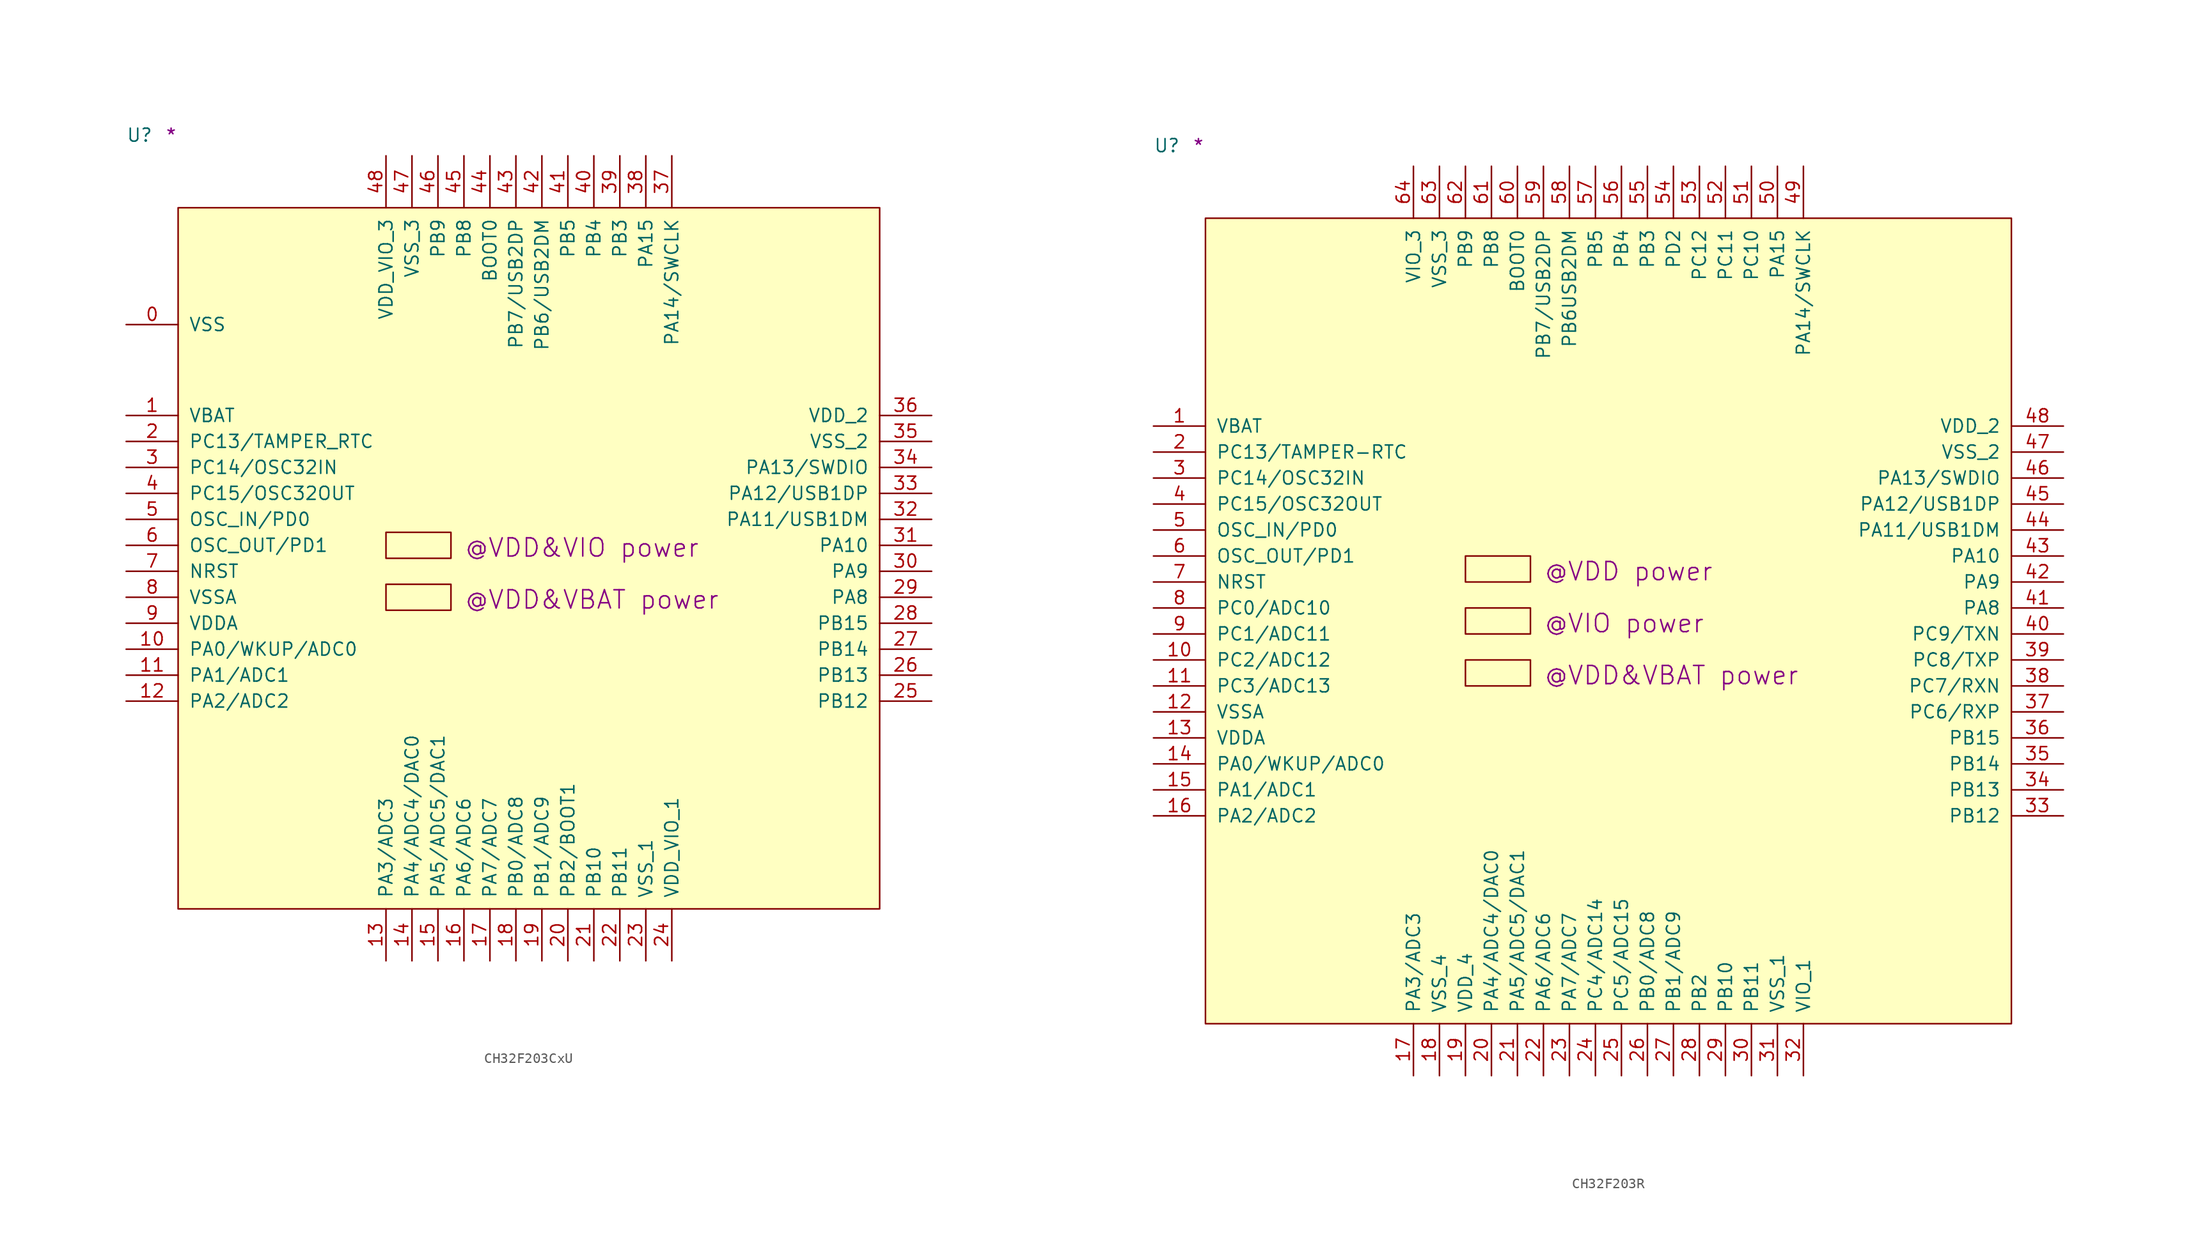
<source format=kicad_sym>
(kicad_symbol_lib
  (version 20211014)
  (generator kicad_symbol_editor)
  (symbol "CH32F203CxU"
    (pin_names
      (offset 1.016))
    (property "Reference" "U"
      (at -5.08 6.35 0)
      (effects (font (size 1.27 1.27)) (justify left bottom)))
    (property "user" "@VDD&VIO power"
      (at 27.94 -34.29 0)
      (effects (font (size 1.778 1.778)) (justify left bottom)))
    (property "user_1" "@VDD&VBAT power"
      (at 27.94 -39.37 0)
      (effects (font (size 1.778 1.778)) (justify left bottom)))
    (property "Comment" "*"
      (at -1.27 6.35 0)
      (effects (font (size 1.27 1.27)) (justify left bottom)))
    (symbol "CH32F203CxU_1_1"
      (rectangle (start 0 -68.58) (end 68.58 0) (stroke (width 0) (type default) (color 0 0 0 0)) (fill (type background)))
      (rectangle (start 20.32 -39.37) (end 26.67 -36.83) (stroke (width 0) (type default) (color 0 0 0 0)) (fill (type background)))
      (rectangle (start 20.32 -34.29) (end 26.67 -31.75) (stroke (width 0) (type default) (color 0 0 0 0)) (fill (type background)))
      (pin power_in line (at -5.08 -11.43 0) (length 5.08) (name "VSS" (effects (font (size 1.27 1.27)))) (number "0" (effects (font (size 1.27 1.27)))))
      (pin power_in line (at -5.08 -20.32 0) (length 5.08) (name "VBAT" (effects (font (size 1.27 1.27)))) (number "1" (effects (font (size 1.27 1.27)))))
      (pin bidirectional line (at -5.08 -43.18 0) (length 5.08) (name "PA0/WKUP/ADC0" (effects (font (size 1.27 1.27)))) (number "10" (effects (font (size 1.27 1.27)))))
      (pin bidirectional line (at -5.08 -45.72 0) (length 5.08) (name "PA1/ADC1" (effects (font (size 1.27 1.27)))) (number "11" (effects (font (size 1.27 1.27)))))
      (pin bidirectional line (at -5.08 -48.26 0) (length 5.08) (name "PA2/ADC2" (effects (font (size 1.27 1.27)))) (number "12" (effects (font (size 1.27 1.27)))))
      (pin bidirectional line (at 20.32 -73.66 90) (length 5.08) (name "PA3/ADC3" (effects (font (size 1.27 1.27)))) (number "13" (effects (font (size 1.27 1.27)))))
      (pin bidirectional line (at 22.86 -73.66 90) (length 5.08) (name "PA4/ADC4/DAC0" (effects (font (size 1.27 1.27)))) (number "14" (effects (font (size 1.27 1.27)))))
      (pin bidirectional line (at 25.4 -73.66 90) (length 5.08) (name "PA5/ADC5/DAC1" (effects (font (size 1.27 1.27)))) (number "15" (effects (font (size 1.27 1.27)))))
      (pin bidirectional line (at 27.94 -73.66 90) (length 5.08) (name "PA6/ADC6" (effects (font (size 1.27 1.27)))) (number "16" (effects (font (size 1.27 1.27)))))
      (pin bidirectional line (at 30.48 -73.66 90) (length 5.08) (name "PA7/ADC7" (effects (font (size 1.27 1.27)))) (number "17" (effects (font (size 1.27 1.27)))))
      (pin bidirectional line (at 33.02 -73.66 90) (length 5.08) (name "PB0/ADC8" (effects (font (size 1.27 1.27)))) (number "18" (effects (font (size 1.27 1.27)))))
      (pin bidirectional line (at 35.56 -73.66 90) (length 5.08) (name "PB1/ADC9" (effects (font (size 1.27 1.27)))) (number "19" (effects (font (size 1.27 1.27)))))
      (pin bidirectional line (at -5.08 -22.86 0) (length 5.08) (name "PC13/TAMPER_RTC" (effects (font (size 1.27 1.27)))) (number "2" (effects (font (size 1.27 1.27)))))
      (pin bidirectional line (at 38.1 -73.66 90) (length 5.08) (name "PB2/BOOT1" (effects (font (size 1.27 1.27)))) (number "20" (effects (font (size 1.27 1.27)))))
      (pin bidirectional line (at 40.64 -73.66 90) (length 5.08) (name "PB10" (effects (font (size 1.27 1.27)))) (number "21" (effects (font (size 1.27 1.27)))))
      (pin bidirectional line (at 43.18 -73.66 90) (length 5.08) (name "PB11" (effects (font (size 1.27 1.27)))) (number "22" (effects (font (size 1.27 1.27)))))
      (pin power_in line (at 45.72 -73.66 90) (length 5.08) (name "VSS_1" (effects (font (size 1.27 1.27)))) (number "23" (effects (font (size 1.27 1.27)))))
      (pin power_in line (at 48.26 -73.66 90) (length 5.08) (name "VDD_VIO_1" (effects (font (size 1.27 1.27)))) (number "24" (effects (font (size 1.27 1.27)))))
      (pin bidirectional line (at 73.66 -48.26 180) (length 5.08) (name "PB12" (effects (font (size 1.27 1.27)))) (number "25" (effects (font (size 1.27 1.27)))))
      (pin bidirectional line (at 73.66 -45.72 180) (length 5.08) (name "PB13" (effects (font (size 1.27 1.27)))) (number "26" (effects (font (size 1.27 1.27)))))
      (pin bidirectional line (at 73.66 -43.18 180) (length 5.08) (name "PB14" (effects (font (size 1.27 1.27)))) (number "27" (effects (font (size 1.27 1.27)))))
      (pin bidirectional line (at 73.66 -40.64 180) (length 5.08) (name "PB15" (effects (font (size 1.27 1.27)))) (number "28" (effects (font (size 1.27 1.27)))))
      (pin bidirectional line (at 73.66 -38.1 180) (length 5.08) (name "PA8" (effects (font (size 1.27 1.27)))) (number "29" (effects (font (size 1.27 1.27)))))
      (pin bidirectional line (at -5.08 -25.4 0) (length 5.08) (name "PC14/OSC32IN" (effects (font (size 1.27 1.27)))) (number "3" (effects (font (size 1.27 1.27)))))
      (pin bidirectional line (at 73.66 -35.56 180) (length 5.08) (name "PA9" (effects (font (size 1.27 1.27)))) (number "30" (effects (font (size 1.27 1.27)))))
      (pin bidirectional line (at 73.66 -33.02 180) (length 5.08) (name "PA10" (effects (font (size 1.27 1.27)))) (number "31" (effects (font (size 1.27 1.27)))))
      (pin bidirectional line (at 73.66 -30.48 180) (length 5.08) (name "PA11/USB1DM" (effects (font (size 1.27 1.27)))) (number "32" (effects (font (size 1.27 1.27)))))
      (pin bidirectional line (at 73.66 -27.94 180) (length 5.08) (name "PA12/USB1DP" (effects (font (size 1.27 1.27)))) (number "33" (effects (font (size 1.27 1.27)))))
      (pin bidirectional line (at 73.66 -25.4 180) (length 5.08) (name "PA13/SWDIO" (effects (font (size 1.27 1.27)))) (number "34" (effects (font (size 1.27 1.27)))))
      (pin power_in line (at 73.66 -22.86 180) (length 5.08) (name "VSS_2" (effects (font (size 1.27 1.27)))) (number "35" (effects (font (size 1.27 1.27)))))
      (pin power_in line (at 73.66 -20.32 180) (length 5.08) (name "VDD_2" (effects (font (size 1.27 1.27)))) (number "36" (effects (font (size 1.27 1.27)))))
      (pin bidirectional line (at 48.26 5.08 270) (length 5.08) (name "PA14/SWCLK" (effects (font (size 1.27 1.27)))) (number "37" (effects (font (size 1.27 1.27)))))
      (pin bidirectional line (at 45.72 5.08 270) (length 5.08) (name "PA15" (effects (font (size 1.27 1.27)))) (number "38" (effects (font (size 1.27 1.27)))))
      (pin bidirectional line (at 43.18 5.08 270) (length 5.08) (name "PB3" (effects (font (size 1.27 1.27)))) (number "39" (effects (font (size 1.27 1.27)))))
      (pin bidirectional line (at -5.08 -27.94 0) (length 5.08) (name "PC15/OSC32OUT" (effects (font (size 1.27 1.27)))) (number "4" (effects (font (size 1.27 1.27)))))
      (pin bidirectional line (at 40.64 5.08 270) (length 5.08) (name "PB4" (effects (font (size 1.27 1.27)))) (number "40" (effects (font (size 1.27 1.27)))))
      (pin bidirectional line (at 38.1 5.08 270) (length 5.08) (name "PB5" (effects (font (size 1.27 1.27)))) (number "41" (effects (font (size 1.27 1.27)))))
      (pin bidirectional line (at 35.56 5.08 270) (length 5.08) (name "PB6/USB2DM" (effects (font (size 1.27 1.27)))) (number "42" (effects (font (size 1.27 1.27)))))
      (pin bidirectional line (at 33.02 5.08 270) (length 5.08) (name "PB7/USB2DP" (effects (font (size 1.27 1.27)))) (number "43" (effects (font (size 1.27 1.27)))))
      (pin input line (at 30.48 5.08 270) (length 5.08) (name "BOOT0" (effects (font (size 1.27 1.27)))) (number "44" (effects (font (size 1.27 1.27)))))
      (pin bidirectional line (at 27.94 5.08 270) (length 5.08) (name "PB8" (effects (font (size 1.27 1.27)))) (number "45" (effects (font (size 1.27 1.27)))))
      (pin bidirectional line (at 25.4 5.08 270) (length 5.08) (name "PB9" (effects (font (size 1.27 1.27)))) (number "46" (effects (font (size 1.27 1.27)))))
      (pin power_in line (at 22.86 5.08 270) (length 5.08) (name "VSS_3" (effects (font (size 1.27 1.27)))) (number "47" (effects (font (size 1.27 1.27)))))
      (pin power_in line (at 20.32 5.08 270) (length 5.08) (name "VDD_VIO_3" (effects (font (size 1.27 1.27)))) (number "48" (effects (font (size 1.27 1.27)))))
      (pin input line (at -5.08 -30.48 0) (length 5.08) (name "OSC_IN/PD0" (effects (font (size 1.27 1.27)))) (number "5" (effects (font (size 1.27 1.27)))))
      (pin output line (at -5.08 -33.02 0) (length 5.08) (name "OSC_OUT/PD1" (effects (font (size 1.27 1.27)))) (number "6" (effects (font (size 1.27 1.27)))))
      (pin input line (at -5.08 -35.56 0) (length 5.08) (name "NRST" (effects (font (size 1.27 1.27)))) (number "7" (effects (font (size 1.27 1.27)))))
      (pin power_in line (at -5.08 -38.1 0) (length 5.08) (name "VSSA" (effects (font (size 1.27 1.27)))) (number "8" (effects (font (size 1.27 1.27)))))
      (pin power_in line (at -5.08 -40.64 0) (length 5.08) (name "VDDA" (effects (font (size 1.27 1.27)))) (number "9" (effects (font (size 1.27 1.27)))))))
  (symbol "CH32F203R"
    (pin_names
      (offset 1.016))
    (property "Reference" "U"
      (at -5.08 6.35 0)
      (effects (font (size 1.27 1.27)) (justify left bottom)))
    (property "user" "@VDD power"
      (at 33.02 -35.56 0)
      (effects (font (size 1.778 1.778)) (justify left bottom)))
    (property "user_1" "@VIO power"
      (at 33.02 -40.64 0)
      (effects (font (size 1.778 1.778)) (justify left bottom)))
    (property "user_2" "@VDD&VBAT power"
      (at 33.02 -45.72 0)
      (effects (font (size 1.778 1.778)) (justify left bottom)))
    (property "Comment" "*"
      (at -1.27 6.35 0)
      (effects (font (size 1.27 1.27)) (justify left bottom)))
    (symbol "CH32F203R_1_1"
      (rectangle (start 0 -78.74) (end 78.74 0) (stroke (width 0) (type default) (color 0 0 0 0)) (fill (type background)))
      (rectangle (start 25.4 -45.72) (end 31.75 -43.18) (stroke (width 0) (type default) (color 0 0 0 0)) (fill (type background)))
      (rectangle (start 25.4 -40.64) (end 31.75 -38.1) (stroke (width 0) (type default) (color 0 0 0 0)) (fill (type background)))
      (rectangle (start 25.4 -35.56) (end 31.75 -33.02) (stroke (width 0) (type default) (color 0 0 0 0)) (fill (type background)))
      (pin power_in line (at -5.08 -20.32 0) (length 5.08) (name "VBAT" (effects (font (size 1.27 1.27)))) (number "1" (effects (font (size 1.27 1.27)))))
      (pin bidirectional line (at -5.08 -43.18 0) (length 5.08) (name "PC2/ADC12" (effects (font (size 1.27 1.27)))) (number "10" (effects (font (size 1.27 1.27)))))
      (pin bidirectional line (at -5.08 -45.72 0) (length 5.08) (name "PC3/ADC13" (effects (font (size 1.27 1.27)))) (number "11" (effects (font (size 1.27 1.27)))))
      (pin power_in line (at -5.08 -48.26 0) (length 5.08) (name "VSSA" (effects (font (size 1.27 1.27)))) (number "12" (effects (font (size 1.27 1.27)))))
      (pin power_in line (at -5.08 -50.8 0) (length 5.08) (name "VDDA" (effects (font (size 1.27 1.27)))) (number "13" (effects (font (size 1.27 1.27)))))
      (pin bidirectional line (at -5.08 -53.34 0) (length 5.08) (name "PA0/WKUP/ADC0" (effects (font (size 1.27 1.27)))) (number "14" (effects (font (size 1.27 1.27)))))
      (pin bidirectional line (at -5.08 -55.88 0) (length 5.08) (name "PA1/ADC1" (effects (font (size 1.27 1.27)))) (number "15" (effects (font (size 1.27 1.27)))))
      (pin bidirectional line (at -5.08 -58.42 0) (length 5.08) (name "PA2/ADC2" (effects (font (size 1.27 1.27)))) (number "16" (effects (font (size 1.27 1.27)))))
      (pin bidirectional line (at 20.32 -83.82 90) (length 5.08) (name "PA3/ADC3" (effects (font (size 1.27 1.27)))) (number "17" (effects (font (size 1.27 1.27)))))
      (pin power_in line (at 22.86 -83.82 90) (length 5.08) (name "VSS_4" (effects (font (size 1.27 1.27)))) (number "18" (effects (font (size 1.27 1.27)))))
      (pin power_in line (at 25.4 -83.82 90) (length 5.08) (name "VDD_4" (effects (font (size 1.27 1.27)))) (number "19" (effects (font (size 1.27 1.27)))))
      (pin bidirectional line (at -5.08 -22.86 0) (length 5.08) (name "PC13/TAMPER-RTC" (effects (font (size 1.27 1.27)))) (number "2" (effects (font (size 1.27 1.27)))))
      (pin bidirectional line (at 27.94 -83.82 90) (length 5.08) (name "PA4/ADC4/DAC0" (effects (font (size 1.27 1.27)))) (number "20" (effects (font (size 1.27 1.27)))))
      (pin bidirectional line (at 30.48 -83.82 90) (length 5.08) (name "PA5/ADC5/DAC1" (effects (font (size 1.27 1.27)))) (number "21" (effects (font (size 1.27 1.27)))))
      (pin bidirectional line (at 33.02 -83.82 90) (length 5.08) (name "PA6/ADC6" (effects (font (size 1.27 1.27)))) (number "22" (effects (font (size 1.27 1.27)))))
      (pin bidirectional line (at 35.56 -83.82 90) (length 5.08) (name "PA7/ADC7" (effects (font (size 1.27 1.27)))) (number "23" (effects (font (size 1.27 1.27)))))
      (pin bidirectional line (at 38.1 -83.82 90) (length 5.08) (name "PC4/ADC14" (effects (font (size 1.27 1.27)))) (number "24" (effects (font (size 1.27 1.27)))))
      (pin bidirectional line (at 40.64 -83.82 90) (length 5.08) (name "PC5/ADC15" (effects (font (size 1.27 1.27)))) (number "25" (effects (font (size 1.27 1.27)))))
      (pin bidirectional line (at 43.18 -83.82 90) (length 5.08) (name "PB0/ADC8" (effects (font (size 1.27 1.27)))) (number "26" (effects (font (size 1.27 1.27)))))
      (pin bidirectional line (at 45.72 -83.82 90) (length 5.08) (name "PB1/ADC9" (effects (font (size 1.27 1.27)))) (number "27" (effects (font (size 1.27 1.27)))))
      (pin bidirectional line (at 48.26 -83.82 90) (length 5.08) (name "PB2" (effects (font (size 1.27 1.27)))) (number "28" (effects (font (size 1.27 1.27)))))
      (pin bidirectional line (at 50.8 -83.82 90) (length 5.08) (name "PB10" (effects (font (size 1.27 1.27)))) (number "29" (effects (font (size 1.27 1.27)))))
      (pin bidirectional line (at -5.08 -25.4 0) (length 5.08) (name "PC14/OSC32IN" (effects (font (size 1.27 1.27)))) (number "3" (effects (font (size 1.27 1.27)))))
      (pin bidirectional line (at 53.34 -83.82 90) (length 5.08) (name "PB11" (effects (font (size 1.27 1.27)))) (number "30" (effects (font (size 1.27 1.27)))))
      (pin power_in line (at 55.88 -83.82 90) (length 5.08) (name "VSS_1" (effects (font (size 1.27 1.27)))) (number "31" (effects (font (size 1.27 1.27)))))
      (pin power_in line (at 58.42 -83.82 90) (length 5.08) (name "VIO_1" (effects (font (size 1.27 1.27)))) (number "32" (effects (font (size 1.27 1.27)))))
      (pin bidirectional line (at 83.82 -58.42 180) (length 5.08) (name "PB12" (effects (font (size 1.27 1.27)))) (number "33" (effects (font (size 1.27 1.27)))))
      (pin bidirectional line (at 83.82 -55.88 180) (length 5.08) (name "PB13" (effects (font (size 1.27 1.27)))) (number "34" (effects (font (size 1.27 1.27)))))
      (pin bidirectional line (at 83.82 -53.34 180) (length 5.08) (name "PB14" (effects (font (size 1.27 1.27)))) (number "35" (effects (font (size 1.27 1.27)))))
      (pin bidirectional line (at 83.82 -50.8 180) (length 5.08) (name "PB15" (effects (font (size 1.27 1.27)))) (number "36" (effects (font (size 1.27 1.27)))))
      (pin bidirectional line (at 83.82 -48.26 180) (length 5.08) (name "PC6/RXP" (effects (font (size 1.27 1.27)))) (number "37" (effects (font (size 1.27 1.27)))))
      (pin bidirectional line (at 83.82 -45.72 180) (length 5.08) (name "PC7/RXN" (effects (font (size 1.27 1.27)))) (number "38" (effects (font (size 1.27 1.27)))))
      (pin bidirectional line (at 83.82 -43.18 180) (length 5.08) (name "PC8/TXP" (effects (font (size 1.27 1.27)))) (number "39" (effects (font (size 1.27 1.27)))))
      (pin bidirectional line (at -5.08 -27.94 0) (length 5.08) (name "PC15/OSC32OUT" (effects (font (size 1.27 1.27)))) (number "4" (effects (font (size 1.27 1.27)))))
      (pin bidirectional line (at 83.82 -40.64 180) (length 5.08) (name "PC9/TXN" (effects (font (size 1.27 1.27)))) (number "40" (effects (font (size 1.27 1.27)))))
      (pin bidirectional line (at 83.82 -38.1 180) (length 5.08) (name "PA8" (effects (font (size 1.27 1.27)))) (number "41" (effects (font (size 1.27 1.27)))))
      (pin bidirectional line (at 83.82 -35.56 180) (length 5.08) (name "PA9" (effects (font (size 1.27 1.27)))) (number "42" (effects (font (size 1.27 1.27)))))
      (pin bidirectional line (at 83.82 -33.02 180) (length 5.08) (name "PA10" (effects (font (size 1.27 1.27)))) (number "43" (effects (font (size 1.27 1.27)))))
      (pin bidirectional line (at 83.82 -30.48 180) (length 5.08) (name "PA11/USB1DM" (effects (font (size 1.27 1.27)))) (number "44" (effects (font (size 1.27 1.27)))))
      (pin bidirectional line (at 83.82 -27.94 180) (length 5.08) (name "PA12/USB1DP" (effects (font (size 1.27 1.27)))) (number "45" (effects (font (size 1.27 1.27)))))
      (pin bidirectional line (at 83.82 -25.4 180) (length 5.08) (name "PA13/SWDIO" (effects (font (size 1.27 1.27)))) (number "46" (effects (font (size 1.27 1.27)))))
      (pin power_in line (at 83.82 -22.86 180) (length 5.08) (name "VSS_2" (effects (font (size 1.27 1.27)))) (number "47" (effects (font (size 1.27 1.27)))))
      (pin power_in line (at 83.82 -20.32 180) (length 5.08) (name "VDD_2" (effects (font (size 1.27 1.27)))) (number "48" (effects (font (size 1.27 1.27)))))
      (pin bidirectional line (at 58.42 5.08 270) (length 5.08) (name "PA14/SWCLK" (effects (font (size 1.27 1.27)))) (number "49" (effects (font (size 1.27 1.27)))))
      (pin input line (at -5.08 -30.48 0) (length 5.08) (name "OSC_IN/PD0" (effects (font (size 1.27 1.27)))) (number "5" (effects (font (size 1.27 1.27)))))
      (pin bidirectional line (at 55.88 5.08 270) (length 5.08) (name "PA15" (effects (font (size 1.27 1.27)))) (number "50" (effects (font (size 1.27 1.27)))))
      (pin bidirectional line (at 53.34 5.08 270) (length 5.08) (name "PC10" (effects (font (size 1.27 1.27)))) (number "51" (effects (font (size 1.27 1.27)))))
      (pin bidirectional line (at 50.8 5.08 270) (length 5.08) (name "PC11" (effects (font (size 1.27 1.27)))) (number "52" (effects (font (size 1.27 1.27)))))
      (pin bidirectional line (at 48.26 5.08 270) (length 5.08) (name "PC12" (effects (font (size 1.27 1.27)))) (number "53" (effects (font (size 1.27 1.27)))))
      (pin bidirectional line (at 45.72 5.08 270) (length 5.08) (name "PD2" (effects (font (size 1.27 1.27)))) (number "54" (effects (font (size 1.27 1.27)))))
      (pin bidirectional line (at 43.18 5.08 270) (length 5.08) (name "PB3" (effects (font (size 1.27 1.27)))) (number "55" (effects (font (size 1.27 1.27)))))
      (pin bidirectional line (at 40.64 5.08 270) (length 5.08) (name "PB4" (effects (font (size 1.27 1.27)))) (number "56" (effects (font (size 1.27 1.27)))))
      (pin bidirectional line (at 38.1 5.08 270) (length 5.08) (name "PB5" (effects (font (size 1.27 1.27)))) (number "57" (effects (font (size 1.27 1.27)))))
      (pin bidirectional line (at 35.56 5.08 270) (length 5.08) (name "PB6USB2DM" (effects (font (size 1.27 1.27)))) (number "58" (effects (font (size 1.27 1.27)))))
      (pin bidirectional line (at 33.02 5.08 270) (length 5.08) (name "PB7/USB2DP" (effects (font (size 1.27 1.27)))) (number "59" (effects (font (size 1.27 1.27)))))
      (pin output line (at -5.08 -33.02 0) (length 5.08) (name "OSC_OUT/PD1" (effects (font (size 1.27 1.27)))) (number "6" (effects (font (size 1.27 1.27)))))
      (pin input line (at 30.48 5.08 270) (length 5.08) (name "BOOT0" (effects (font (size 1.27 1.27)))) (number "60" (effects (font (size 1.27 1.27)))))
      (pin bidirectional line (at 27.94 5.08 270) (length 5.08) (name "PB8" (effects (font (size 1.27 1.27)))) (number "61" (effects (font (size 1.27 1.27)))))
      (pin bidirectional line (at 25.4 5.08 270) (length 5.08) (name "PB9" (effects (font (size 1.27 1.27)))) (number "62" (effects (font (size 1.27 1.27)))))
      (pin power_in line (at 22.86 5.08 270) (length 5.08) (name "VSS_3" (effects (font (size 1.27 1.27)))) (number "63" (effects (font (size 1.27 1.27)))))
      (pin power_in line (at 20.32 5.08 270) (length 5.08) (name "VIO_3" (effects (font (size 1.27 1.27)))) (number "64" (effects (font (size 1.27 1.27)))))
      (pin bidirectional line (at -5.08 -35.56 0) (length 5.08) (name "NRST" (effects (font (size 1.27 1.27)))) (number "7" (effects (font (size 1.27 1.27)))))
      (pin bidirectional line (at -5.08 -38.1 0) (length 5.08) (name "PC0/ADC10" (effects (font (size 1.27 1.27)))) (number "8" (effects (font (size 1.27 1.27)))))
      (pin bidirectional line (at -5.08 -40.64 0) (length 5.08) (name "PC1/ADC11" (effects (font (size 1.27 1.27)))) (number "9" (effects (font (size 1.27 1.27))))))))
</source>
